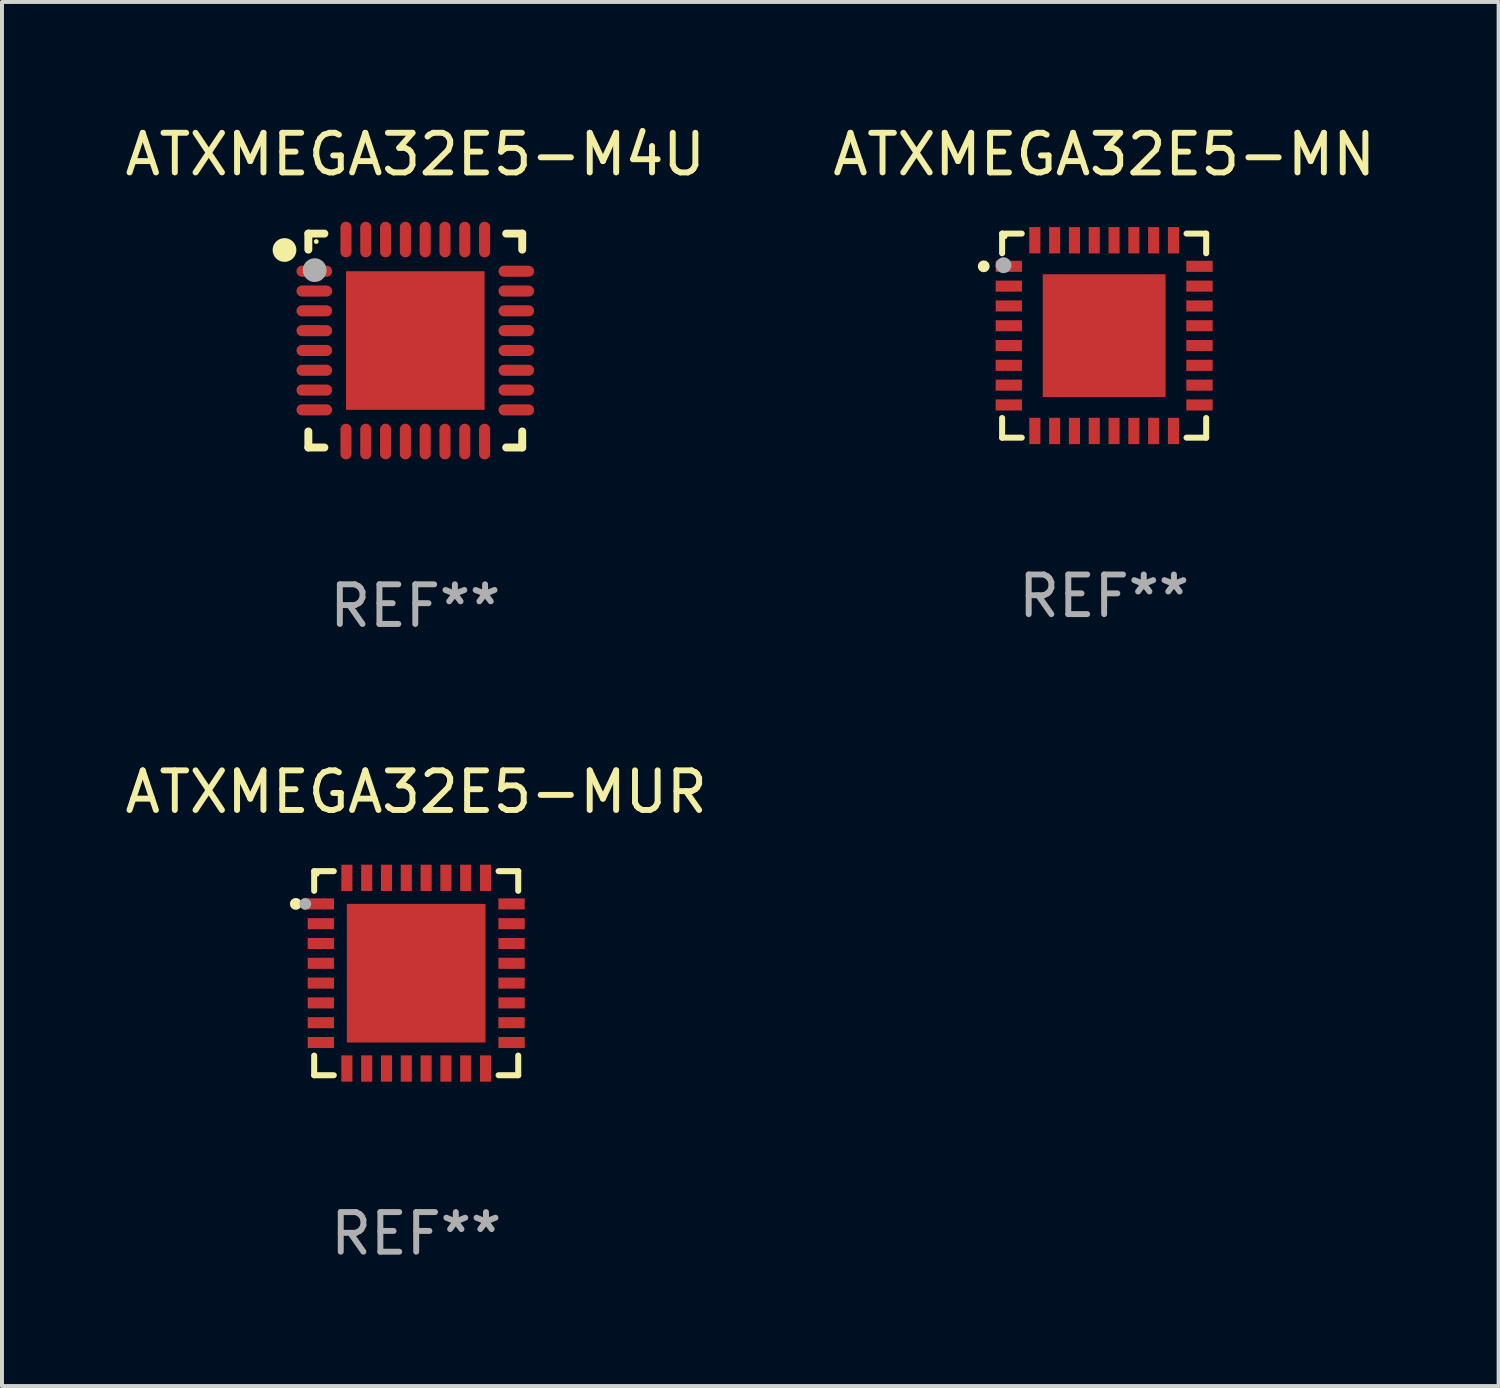
<source format=kicad_pcb>
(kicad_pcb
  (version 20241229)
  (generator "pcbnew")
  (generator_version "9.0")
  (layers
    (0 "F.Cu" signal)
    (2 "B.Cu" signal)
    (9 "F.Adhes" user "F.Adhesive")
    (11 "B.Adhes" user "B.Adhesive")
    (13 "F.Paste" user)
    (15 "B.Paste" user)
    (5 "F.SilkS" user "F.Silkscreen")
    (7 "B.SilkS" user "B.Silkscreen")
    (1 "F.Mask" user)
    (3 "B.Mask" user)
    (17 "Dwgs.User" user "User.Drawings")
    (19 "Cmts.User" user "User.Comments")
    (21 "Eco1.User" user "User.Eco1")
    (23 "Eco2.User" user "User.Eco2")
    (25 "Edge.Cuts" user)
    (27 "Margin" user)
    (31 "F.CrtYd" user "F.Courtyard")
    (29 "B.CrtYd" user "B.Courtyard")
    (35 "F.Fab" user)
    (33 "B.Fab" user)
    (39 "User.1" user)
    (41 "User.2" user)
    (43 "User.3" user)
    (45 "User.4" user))
  (footprint "ATXMEGA32E5-MN"
    (layer "F.Cu")
    (at 24.827 5.424)
    (property "Reference" "ATXMEGA32E5-MN" (at 0 -4.576 0) (layer "F.SilkS") (effects (font (size 1 1) (thickness 0.15))))
    (attr through_hole)
    (fp_line (start -2.576 -2.576) (end -2.576 -2.08) (stroke (width 0.152) (type solid)) (layer "F.SilkS"))
    (fp_line (start -2.576 2.576) (end -2.576 2.08) (stroke (width 0.152) (type solid)) (layer "F.SilkS"))
    (fp_line (start -2.08 -2.576) (end -2.576 -2.576) (stroke (width 0.152) (type solid)) (layer "F.SilkS"))
    (fp_line (start -2.08 2.576) (end -2.576 2.576) (stroke (width 0.152) (type solid)) (layer "F.SilkS"))
    (fp_line (start 2.08 -2.576) (end 2.576 -2.576) (stroke (width 0.152) (type solid)) (layer "F.SilkS"))
    (fp_line (start 2.08 2.576) (end 2.576 2.576) (stroke (width 0.152) (type solid)) (layer "F.SilkS"))
    (fp_line (start 2.576 -2.576) (end 2.576 -2.08) (stroke (width 0.152) (type solid)) (layer "F.SilkS"))
    (fp_line (start 2.576 2.576) (end 2.576 2.08) (stroke (width 0.152) (type solid)) (layer "F.SilkS"))
    (fp_circle (center -3.04 -1.75) (end -2.965 -1.75) (stroke (width 0.15) (type solid)) (fill no) (layer "F.SilkS"))
    (fp_circle (center -2.5 -2.5) (end -2.47 -2.5) (stroke (width 0.06) (type solid)) (fill no) (layer "F.SilkS"))
    (fp_circle (center -2.54 -1.778) (end -2.44 -1.778) (stroke (width 0.2) (type solid)) (fill no) (layer "F.Fab"))
    (fp_text user "REF**" (at 0 6.576 0) (layer "F.Fab") (effects (font (size 1 1) (thickness 0.15))))
    (pad "1" smd rect (at -2.407 -1.75) (size 0.665 0.28) (layers "F.Cu" "F.Mask" "F.Paste"))
    (pad "2" smd rect (at -2.407 -1.25) (size 0.665 0.28) (layers "F.Cu" "F.Mask" "F.Paste"))
    (pad "3" smd rect (at -2.407 -0.75) (size 0.665 0.28) (layers "F.Cu" "F.Mask" "F.Paste"))
    (pad "4" smd rect (at -2.407 -0.25) (size 0.665 0.28) (layers "F.Cu" "F.Mask" "F.Paste"))
    (pad "5" smd rect (at -2.407 0.25) (size 0.665 0.28) (layers "F.Cu" "F.Mask" "F.Paste"))
    (pad "6" smd rect (at -2.407 0.75) (size 0.665 0.28) (layers "F.Cu" "F.Mask" "F.Paste"))
    (pad "7" smd rect (at -2.407 1.25) (size 0.665 0.28) (layers "F.Cu" "F.Mask" "F.Paste"))
    (pad "8" smd rect (at -2.407 1.75) (size 0.665 0.28) (layers "F.Cu" "F.Mask" "F.Paste"))
    (pad "9" smd rect (at -1.75 2.407) (size 0.28 0.665) (layers "F.Cu" "F.Mask" "F.Paste"))
    (pad "10" smd rect (at -1.25 2.407) (size 0.28 0.665) (layers "F.Cu" "F.Mask" "F.Paste"))
    (pad "11" smd rect (at -0.75 2.407) (size 0.28 0.665) (layers "F.Cu" "F.Mask" "F.Paste"))
    (pad "12" smd rect (at -0.25 2.407) (size 0.28 0.665) (layers "F.Cu" "F.Mask" "F.Paste"))
    (pad "13" smd rect (at 0.25 2.407) (size 0.28 0.665) (layers "F.Cu" "F.Mask" "F.Paste"))
    (pad "14" smd rect (at 0.75 2.407) (size 0.28 0.665) (layers "F.Cu" "F.Mask" "F.Paste"))
    (pad "15" smd rect (at 1.25 2.407) (size 0.28 0.665) (layers "F.Cu" "F.Mask" "F.Paste"))
    (pad "16" smd rect (at 1.75 2.407) (size 0.28 0.665) (layers "F.Cu" "F.Mask" "F.Paste"))
    (pad "17" smd rect (at 2.407 1.75) (size 0.665 0.28) (layers "F.Cu" "F.Mask" "F.Paste"))
    (pad "18" smd rect (at 2.407 1.25) (size 0.665 0.28) (layers "F.Cu" "F.Mask" "F.Paste"))
    (pad "19" smd rect (at 2.407 0.75) (size 0.665 0.28) (layers "F.Cu" "F.Mask" "F.Paste"))
    (pad "20" smd rect (at 2.407 0.25) (size 0.665 0.28) (layers "F.Cu" "F.Mask" "F.Paste"))
    (pad "21" smd rect (at 2.407 -0.25) (size 0.665 0.28) (layers "F.Cu" "F.Mask" "F.Paste"))
    (pad "22" smd rect (at 2.407 -0.75) (size 0.665 0.28) (layers "F.Cu" "F.Mask" "F.Paste"))
    (pad "23" smd rect (at 2.407 -1.25) (size 0.665 0.28) (layers "F.Cu" "F.Mask" "F.Paste"))
    (pad "24" smd rect (at 2.407 -1.75) (size 0.665 0.28) (layers "F.Cu" "F.Mask" "F.Paste"))
    (pad "25" smd rect (at 1.75 -2.408) (size 0.28 0.665) (layers "F.Cu" "F.Mask" "F.Paste"))
    (pad "26" smd rect (at 1.25 -2.408) (size 0.28 0.665) (layers "F.Cu" "F.Mask" "F.Paste"))
    (pad "27" smd rect (at 0.75 -2.408) (size 0.28 0.665) (layers "F.Cu" "F.Mask" "F.Paste"))
    (pad "28" smd rect (at 0.25 -2.408) (size 0.28 0.665) (layers "F.Cu" "F.Mask" "F.Paste"))
    (pad "29" smd rect (at -0.25 -2.408) (size 0.28 0.665) (layers "F.Cu" "F.Mask" "F.Paste"))
    (pad "30" smd rect (at -0.75 -2.408) (size 0.28 0.665) (layers "F.Cu" "F.Mask" "F.Paste"))
    (pad "31" smd rect (at -1.25 -2.408) (size 0.28 0.665) (layers "F.Cu" "F.Mask" "F.Paste"))
    (pad "32" smd rect (at -1.75 -2.408) (size 0.28 0.665) (layers "F.Cu" "F.Mask" "F.Paste"))
    (pad "33" smd rect (at -0.000076 -0.000102) (size 3.1 3.1) (layers "F.Cu" "F.Mask" "F.Paste")))
  (footprint "ATXMEGA32E5-MUR"
    (layer "F.Cu")
    (at 7.458 21.521)
    (property "Reference" "ATXMEGA32E5-MUR" (at 0 -4.576 0) (layer "F.SilkS") (effects (font (size 1 1) (thickness 0.15))))
    (attr through_hole)
    (fp_line (start -2.576 -2.576) (end -2.576 -2.08) (stroke (width 0.152) (type solid)) (layer "F.SilkS"))
    (fp_line (start -2.576 2.576) (end -2.576 2.08) (stroke (width 0.152) (type solid)) (layer "F.SilkS"))
    (fp_line (start -2.08 -2.576) (end -2.576 -2.576) (stroke (width 0.152) (type solid)) (layer "F.SilkS"))
    (fp_line (start -2.08 2.576) (end -2.576 2.576) (stroke (width 0.152) (type solid)) (layer "F.SilkS"))
    (fp_line (start 2.08 -2.576) (end 2.576 -2.576) (stroke (width 0.152) (type solid)) (layer "F.SilkS"))
    (fp_line (start 2.08 2.576) (end 2.576 2.576) (stroke (width 0.152) (type solid)) (layer "F.SilkS"))
    (fp_line (start 2.576 -2.576) (end 2.576 -2.08) (stroke (width 0.152) (type solid)) (layer "F.SilkS"))
    (fp_line (start 2.576 2.576) (end 2.576 2.08) (stroke (width 0.152) (type solid)) (layer "F.SilkS"))
    (fp_circle (center -3.04 -1.75) (end -2.965 -1.75) (stroke (width 0.15) (type solid)) (fill no) (layer "F.SilkS"))
    (fp_circle (center -2.5 -2.5) (end -2.47 -2.5) (stroke (width 0.06) (type solid)) (fill no) (layer "F.SilkS"))
    (fp_circle (center -2.8 -1.75) (end -2.725 -1.75) (stroke (width 0.15) (type solid)) (fill no) (layer "F.Fab"))
    (fp_text user "REF**" (at 0 6.576 0) (layer "F.Fab") (effects (font (size 1 1) (thickness 0.15))))
    (pad "1" smd rect (at -2.407 -1.75) (size 0.665 0.28) (layers "F.Cu" "F.Mask" "F.Paste"))
    (pad "2" smd rect (at -2.407 -1.25) (size 0.665 0.28) (layers "F.Cu" "F.Mask" "F.Paste"))
    (pad "3" smd rect (at -2.407 -0.75) (size 0.665 0.28) (layers "F.Cu" "F.Mask" "F.Paste"))
    (pad "4" smd rect (at -2.407 -0.25) (size 0.665 0.28) (layers "F.Cu" "F.Mask" "F.Paste"))
    (pad "5" smd rect (at -2.407 0.25) (size 0.665 0.28) (layers "F.Cu" "F.Mask" "F.Paste"))
    (pad "6" smd rect (at -2.407 0.75) (size 0.665 0.28) (layers "F.Cu" "F.Mask" "F.Paste"))
    (pad "7" smd rect (at -2.407 1.25) (size 0.665 0.28) (layers "F.Cu" "F.Mask" "F.Paste"))
    (pad "8" smd rect (at -2.407 1.75) (size 0.665 0.28) (layers "F.Cu" "F.Mask" "F.Paste"))
    (pad "9" smd rect (at -1.75 2.407) (size 0.28 0.665) (layers "F.Cu" "F.Mask" "F.Paste"))
    (pad "10" smd rect (at -1.25 2.407) (size 0.28 0.665) (layers "F.Cu" "F.Mask" "F.Paste"))
    (pad "11" smd rect (at -0.75 2.407) (size 0.28 0.665) (layers "F.Cu" "F.Mask" "F.Paste"))
    (pad "12" smd rect (at -0.25 2.407) (size 0.28 0.665) (layers "F.Cu" "F.Mask" "F.Paste"))
    (pad "13" smd rect (at 0.25 2.407) (size 0.28 0.665) (layers "F.Cu" "F.Mask" "F.Paste"))
    (pad "14" smd rect (at 0.75 2.407) (size 0.28 0.665) (layers "F.Cu" "F.Mask" "F.Paste"))
    (pad "15" smd rect (at 1.25 2.407) (size 0.28 0.665) (layers "F.Cu" "F.Mask" "F.Paste"))
    (pad "16" smd rect (at 1.75 2.407) (size 0.28 0.665) (layers "F.Cu" "F.Mask" "F.Paste"))
    (pad "17" smd rect (at 2.407 1.75) (size 0.665 0.28) (layers "F.Cu" "F.Mask" "F.Paste"))
    (pad "18" smd rect (at 2.407 1.25) (size 0.665 0.28) (layers "F.Cu" "F.Mask" "F.Paste"))
    (pad "19" smd rect (at 2.407 0.75) (size 0.665 0.28) (layers "F.Cu" "F.Mask" "F.Paste"))
    (pad "20" smd rect (at 2.407 0.25) (size 0.665 0.28) (layers "F.Cu" "F.Mask" "F.Paste"))
    (pad "21" smd rect (at 2.407 -0.25) (size 0.665 0.28) (layers "F.Cu" "F.Mask" "F.Paste"))
    (pad "22" smd rect (at 2.407 -0.75) (size 0.665 0.28) (layers "F.Cu" "F.Mask" "F.Paste"))
    (pad "23" smd rect (at 2.407 -1.25) (size 0.665 0.28) (layers "F.Cu" "F.Mask" "F.Paste"))
    (pad "24" smd rect (at 2.407 -1.75) (size 0.665 0.28) (layers "F.Cu" "F.Mask" "F.Paste"))
    (pad "25" smd rect (at 1.75 -2.407) (size 0.28 0.665) (layers "F.Cu" "F.Mask" "F.Paste"))
    (pad "26" smd rect (at 1.25 -2.407) (size 0.28 0.665) (layers "F.Cu" "F.Mask" "F.Paste"))
    (pad "27" smd rect (at 0.75 -2.407) (size 0.28 0.665) (layers "F.Cu" "F.Mask" "F.Paste"))
    (pad "28" smd rect (at 0.25 -2.407) (size 0.28 0.665) (layers "F.Cu" "F.Mask" "F.Paste"))
    (pad "29" smd rect (at -0.25 -2.407) (size 0.28 0.665) (layers "F.Cu" "F.Mask" "F.Paste"))
    (pad "30" smd rect (at -0.75 -2.407) (size 0.28 0.665) (layers "F.Cu" "F.Mask" "F.Paste"))
    (pad "31" smd rect (at -1.25 -2.407) (size 0.28 0.665) (layers "F.Cu" "F.Mask" "F.Paste"))
    (pad "32" smd rect (at -1.75 -2.407) (size 0.28 0.665) (layers "F.Cu" "F.Mask" "F.Paste"))
    (pad "33" smd rect (at 0 0) (size 3.5 3.5) (layers "F.Cu" "F.Mask" "F.Paste")))
  (footprint "ATXMEGA32E5-M4U"
    (layer "F.Cu")
    (at 7.435 5.548)
    (property "Reference" "ATXMEGA32E5-M4U" (at 0 -4.7 0) (layer "F.SilkS") (effects (font (size 1 1) (thickness 0.15))))
    (attr through_hole)
    (fp_line (start -2.7 -2.7) (end -2.295 -2.7) (stroke (width 0.2) (type solid)) (layer "F.SilkS"))
    (fp_line (start -2.7 -2.295) (end -2.7 -2.7) (stroke (width 0.2) (type solid)) (layer "F.SilkS"))
    (fp_line (start -2.7 2.295) (end -2.7 2.7) (stroke (width 0.2) (type solid)) (layer "F.SilkS"))
    (fp_line (start -2.7 2.7) (end -2.295 2.7) (stroke (width 0.2) (type solid)) (layer "F.SilkS"))
    (fp_line (start 2.295 -2.7) (end 2.7 -2.7) (stroke (width 0.2) (type solid)) (layer "F.SilkS"))
    (fp_line (start 2.295 2.7) (end 2.7 2.7) (stroke (width 0.2) (type solid)) (layer "F.SilkS"))
    (fp_line (start 2.7 -2.7) (end 2.7 -2.295) (stroke (width 0.2) (type solid)) (layer "F.SilkS"))
    (fp_line (start 2.7 2.7) (end 2.7 2.295) (stroke (width 0.2) (type solid)) (layer "F.SilkS"))
    (fp_circle (center -3.302 -2.286) (end -3.152 -2.286) (stroke (width 0.3) (type solid)) (fill no) (layer "F.SilkS"))
    (fp_circle (center -2.5 -2.5) (end -2.47 -2.5) (stroke (width 0.06) (type solid)) (fill no) (layer "F.SilkS"))
    (fp_circle (center -2.54 -1.778) (end -2.39 -1.778) (stroke (width 0.3) (type solid)) (fill no) (layer "F.Fab"))
    (fp_text user "REF**" (at 0 6.7 0) (layer "F.Fab") (effects (font (size 1 1) (thickness 0.15))))
    (pad "1" smd oval (at -2.55 -1.75 90) (size 0.28 0.9) (layers "F.Cu" "F.Mask" "F.Paste"))
    (pad "2" smd oval (at -2.55 -1.25 90) (size 0.28 0.9) (layers "F.Cu" "F.Mask" "F.Paste"))
    (pad "3" smd oval (at -2.55 -0.75 90) (size 0.28 0.9) (layers "F.Cu" "F.Mask" "F.Paste"))
    (pad "4" smd oval (at -2.55 -0.25 90) (size 0.28 0.9) (layers "F.Cu" "F.Mask" "F.Paste"))
    (pad "5" smd oval (at -2.55 0.25 90) (size 0.28 0.9) (layers "F.Cu" "F.Mask" "F.Paste"))
    (pad "6" smd oval (at -2.55 0.75 90) (size 0.28 0.9) (layers "F.Cu" "F.Mask" "F.Paste"))
    (pad "7" smd oval (at -2.55 1.25 90) (size 0.28 0.9) (layers "F.Cu" "F.Mask" "F.Paste"))
    (pad "8" smd oval (at -2.55 1.75 90) (size 0.28 0.9) (layers "F.Cu" "F.Mask" "F.Paste"))
    (pad "9" smd oval (at -1.75 2.55) (size 0.28 0.9) (layers "F.Cu" "F.Mask" "F.Paste"))
    (pad "10" smd oval (at -1.25 2.55) (size 0.28 0.9) (layers "F.Cu" "F.Mask" "F.Paste"))
    (pad "11" smd oval (at -0.75 2.55) (size 0.28 0.9) (layers "F.Cu" "F.Mask" "F.Paste"))
    (pad "12" smd oval (at -0.25 2.55) (size 0.28 0.9) (layers "F.Cu" "F.Mask" "F.Paste"))
    (pad "13" smd oval (at 0.25 2.55) (size 0.28 0.9) (layers "F.Cu" "F.Mask" "F.Paste"))
    (pad "14" smd oval (at 0.75 2.55) (size 0.28 0.9) (layers "F.Cu" "F.Mask" "F.Paste"))
    (pad "15" smd oval (at 1.25 2.55) (size 0.28 0.9) (layers "F.Cu" "F.Mask" "F.Paste"))
    (pad "16" smd oval (at 1.75 2.55) (size 0.28 0.9) (layers "F.Cu" "F.Mask" "F.Paste"))
    (pad "17" smd oval (at 2.55 1.75 90) (size 0.28 0.9) (layers "F.Cu" "F.Mask" "F.Paste"))
    (pad "18" smd oval (at 2.55 1.25 90) (size 0.28 0.9) (layers "F.Cu" "F.Mask" "F.Paste"))
    (pad "19" smd oval (at 2.55 0.75 90) (size 0.28 0.9) (layers "F.Cu" "F.Mask" "F.Paste"))
    (pad "20" smd oval (at 2.55 0.25 90) (size 0.28 0.9) (layers "F.Cu" "F.Mask" "F.Paste"))
    (pad "21" smd oval (at 2.55 -0.25 90) (size 0.28 0.9) (layers "F.Cu" "F.Mask" "F.Paste"))
    (pad "22" smd oval (at 2.55 -0.75 90) (size 0.28 0.9) (layers "F.Cu" "F.Mask" "F.Paste"))
    (pad "23" smd oval (at 2.55 -1.25 90) (size 0.28 0.9) (layers "F.Cu" "F.Mask" "F.Paste"))
    (pad "24" smd oval (at 2.55 -1.75 90) (size 0.28 0.9) (layers "F.Cu" "F.Mask" "F.Paste"))
    (pad "25" smd oval (at 1.75 -2.55) (size 0.28 0.9) (layers "F.Cu" "F.Mask" "F.Paste"))
    (pad "26" smd oval (at 1.25 -2.55) (size 0.28 0.9) (layers "F.Cu" "F.Mask" "F.Paste"))
    (pad "27" smd oval (at 0.75 -2.55) (size 0.28 0.9) (layers "F.Cu" "F.Mask" "F.Paste"))
    (pad "28" smd oval (at 0.25 -2.55) (size 0.28 0.9) (layers "F.Cu" "F.Mask" "F.Paste"))
    (pad "29" smd oval (at -0.25 -2.55) (size 0.28 0.9) (layers "F.Cu" "F.Mask" "F.Paste"))
    (pad "30" smd oval (at -0.75 -2.55) (size 0.28 0.9) (layers "F.Cu" "F.Mask" "F.Paste"))
    (pad "31" smd oval (at -1.25 -2.55) (size 0.28 0.9) (layers "F.Cu" "F.Mask" "F.Paste"))
    (pad "32" smd oval (at -1.75 -2.55) (size 0.28 0.9) (layers "F.Cu" "F.Mask" "F.Paste"))
    (pad "33" smd rect (at 0 0) (size 3.5 3.5) (layers "F.Cu" "F.Mask" "F.Paste")))
  (gr_rect
    (start -3 -3)
    (end 34.786 31.945)
    (stroke (width 0.1) (type default))
    (fill no)
    (layer "Edge.Cuts")))
</source>
